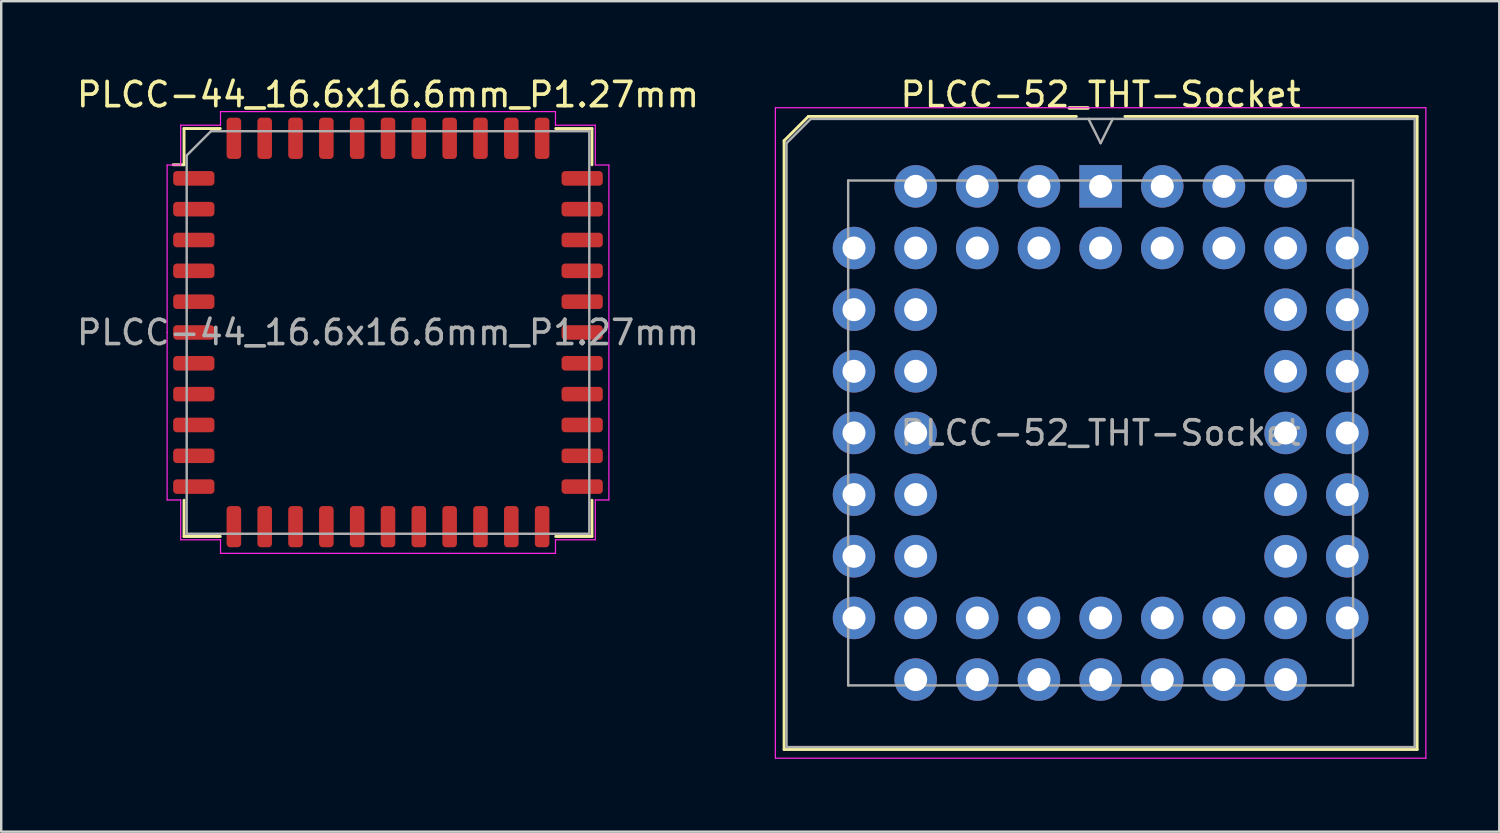
<source format=kicad_pcb>
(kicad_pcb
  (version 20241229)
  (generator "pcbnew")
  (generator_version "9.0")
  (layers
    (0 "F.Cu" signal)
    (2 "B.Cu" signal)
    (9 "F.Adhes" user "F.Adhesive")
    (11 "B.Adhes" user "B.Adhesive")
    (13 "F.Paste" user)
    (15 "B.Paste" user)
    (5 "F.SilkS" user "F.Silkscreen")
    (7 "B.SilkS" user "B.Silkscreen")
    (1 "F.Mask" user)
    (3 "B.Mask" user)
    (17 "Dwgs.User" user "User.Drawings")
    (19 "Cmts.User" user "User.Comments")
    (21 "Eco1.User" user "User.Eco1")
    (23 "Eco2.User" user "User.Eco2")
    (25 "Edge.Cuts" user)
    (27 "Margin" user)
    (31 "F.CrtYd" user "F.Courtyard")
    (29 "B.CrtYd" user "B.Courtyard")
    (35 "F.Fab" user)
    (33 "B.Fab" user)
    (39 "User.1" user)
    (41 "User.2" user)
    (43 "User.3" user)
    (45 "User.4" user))
  (footprint "PLCC-44_16.6x16.6mm_P1.27mm"
    (layer "F.Cu")
    (at 12.935 10.648)
    (property "Reference" "PLCC-44_16.6x16.6mm_P1.27mm" (at 0 -9.8 0) (layer "F.SilkS") (effects (font (size 1 1) (thickness 0.15))))
    (attr smd)
    (fp_line (start -8.403 -8.403) (end -8.403 -6.91) (stroke (width 0.12) (type solid)) (layer "F.SilkS"))
    (fp_line (start -8.403 -6.91) (end -8.85 -6.91) (stroke (width 0.12) (type solid)) (layer "F.SilkS"))
    (fp_line (start -8.403 8.403) (end -8.403 6.91) (stroke (width 0.12) (type solid)) (layer "F.SilkS"))
    (fp_line (start -6.91 -8.403) (end -8.403 -8.403) (stroke (width 0.12) (type solid)) (layer "F.SilkS"))
    (fp_line (start -6.91 8.403) (end -8.403 8.403) (stroke (width 0.12) (type solid)) (layer "F.SilkS"))
    (fp_line (start 6.91 -8.403) (end 8.403 -8.403) (stroke (width 0.12) (type solid)) (layer "F.SilkS"))
    (fp_line (start 6.91 8.403) (end 8.403 8.403) (stroke (width 0.12) (type solid)) (layer "F.SilkS"))
    (fp_line (start 8.403 -8.403) (end 8.403 -6.91) (stroke (width 0.12) (type solid)) (layer "F.SilkS"))
    (fp_line (start 8.403 8.403) (end 8.403 6.91) (stroke (width 0.12) (type solid)) (layer "F.SilkS"))
    (fp_line (start -9.1 -6.9) (end -9.1 0) (stroke (width 0.05) (type solid)) (layer "F.CrtYd"))
    (fp_line (start -9.1 6.9) (end -9.1 0) (stroke (width 0.05) (type solid)) (layer "F.CrtYd"))
    (fp_line (start -8.54 -8.54) (end -8.54 -6.9) (stroke (width 0.05) (type solid)) (layer "F.CrtYd"))
    (fp_line (start -8.54 -6.9) (end -9.1 -6.9) (stroke (width 0.05) (type solid)) (layer "F.CrtYd"))
    (fp_line (start -8.54 6.9) (end -9.1 6.9) (stroke (width 0.05) (type solid)) (layer "F.CrtYd"))
    (fp_line (start -8.54 8.54) (end -8.54 6.9) (stroke (width 0.05) (type solid)) (layer "F.CrtYd"))
    (fp_line (start -6.9 -9.1) (end -6.9 -8.54) (stroke (width 0.05) (type solid)) (layer "F.CrtYd"))
    (fp_line (start -6.9 -8.54) (end -8.54 -8.54) (stroke (width 0.05) (type solid)) (layer "F.CrtYd"))
    (fp_line (start -6.9 8.54) (end -8.54 8.54) (stroke (width 0.05) (type solid)) (layer "F.CrtYd"))
    (fp_line (start -6.9 9.1) (end -6.9 8.54) (stroke (width 0.05) (type solid)) (layer "F.CrtYd"))
    (fp_line (start 0 -9.1) (end -6.9 -9.1) (stroke (width 0.05) (type solid)) (layer "F.CrtYd"))
    (fp_line (start 0 -9.1) (end 6.9 -9.1) (stroke (width 0.05) (type solid)) (layer "F.CrtYd"))
    (fp_line (start 0 9.1) (end -6.9 9.1) (stroke (width 0.05) (type solid)) (layer "F.CrtYd"))
    (fp_line (start 0 9.1) (end 6.9 9.1) (stroke (width 0.05) (type solid)) (layer "F.CrtYd"))
    (fp_line (start 6.9 -9.1) (end 6.9 -8.54) (stroke (width 0.05) (type solid)) (layer "F.CrtYd"))
    (fp_line (start 6.9 -8.54) (end 8.54 -8.54) (stroke (width 0.05) (type solid)) (layer "F.CrtYd"))
    (fp_line (start 6.9 8.54) (end 8.54 8.54) (stroke (width 0.05) (type solid)) (layer "F.CrtYd"))
    (fp_line (start 6.9 9.1) (end 6.9 8.54) (stroke (width 0.05) (type solid)) (layer "F.CrtYd"))
    (fp_line (start 8.54 -8.54) (end 8.54 -6.9) (stroke (width 0.05) (type solid)) (layer "F.CrtYd"))
    (fp_line (start 8.54 -6.9) (end 9.1 -6.9) (stroke (width 0.05) (type solid)) (layer "F.CrtYd"))
    (fp_line (start 8.54 6.9) (end 9.1 6.9) (stroke (width 0.05) (type solid)) (layer "F.CrtYd"))
    (fp_line (start 8.54 8.54) (end 8.54 6.9) (stroke (width 0.05) (type solid)) (layer "F.CrtYd"))
    (fp_line (start 9.1 -6.9) (end 9.1 0) (stroke (width 0.05) (type solid)) (layer "F.CrtYd"))
    (fp_line (start 9.1 6.9) (end 9.1 0) (stroke (width 0.05) (type solid)) (layer "F.CrtYd"))
    (fp_line (start -8.293 -7.293) (end -7.293 -8.293) (stroke (width 0.1) (type solid)) (layer "F.Fab"))
    (fp_line (start -8.293 8.293) (end -8.293 -7.293) (stroke (width 0.1) (type solid)) (layer "F.Fab"))
    (fp_line (start -7.293 -8.293) (end 8.293 -8.293) (stroke (width 0.1) (type solid)) (layer "F.Fab"))
    (fp_line (start 8.293 -8.293) (end 8.293 8.293) (stroke (width 0.1) (type solid)) (layer "F.Fab"))
    (fp_line (start 8.293 8.293) (end -8.293 8.293) (stroke (width 0.1) (type solid)) (layer "F.Fab"))
    (fp_text user "${REFERENCE}" (at 0 0 0) (layer "F.Fab") (effects (font (size 1 1) (thickness 0.15))))
    (pad "1" smd roundrect (at -8 -6.35) (size 1.7 0.6) (layers "F.Cu" "F.Mask" "F.Paste") (roundrect_rratio 0.25))
    (pad "2" smd roundrect (at -8 -5.08) (size 1.7 0.6) (layers "F.Cu" "F.Mask" "F.Paste") (roundrect_rratio 0.25))
    (pad "3" smd roundrect (at -8 -3.81) (size 1.7 0.6) (layers "F.Cu" "F.Mask" "F.Paste") (roundrect_rratio 0.25))
    (pad "4" smd roundrect (at -8 -2.54) (size 1.7 0.6) (layers "F.Cu" "F.Mask" "F.Paste") (roundrect_rratio 0.25))
    (pad "5" smd roundrect (at -8 -1.27) (size 1.7 0.6) (layers "F.Cu" "F.Mask" "F.Paste") (roundrect_rratio 0.25))
    (pad "6" smd roundrect (at -8 0) (size 1.7 0.6) (layers "F.Cu" "F.Mask" "F.Paste") (roundrect_rratio 0.25))
    (pad "7" smd roundrect (at -8 1.27) (size 1.7 0.6) (layers "F.Cu" "F.Mask" "F.Paste") (roundrect_rratio 0.25))
    (pad "8" smd roundrect (at -8 2.54) (size 1.7 0.6) (layers "F.Cu" "F.Mask" "F.Paste") (roundrect_rratio 0.25))
    (pad "9" smd roundrect (at -8 3.81) (size 1.7 0.6) (layers "F.Cu" "F.Mask" "F.Paste") (roundrect_rratio 0.25))
    (pad "10" smd roundrect (at -8 5.08) (size 1.7 0.6) (layers "F.Cu" "F.Mask" "F.Paste") (roundrect_rratio 0.25))
    (pad "11" smd roundrect (at -8 6.35) (size 1.7 0.6) (layers "F.Cu" "F.Mask" "F.Paste") (roundrect_rratio 0.25))
    (pad "12" smd roundrect (at -6.35 8) (size 0.6 1.7) (layers "F.Cu" "F.Mask" "F.Paste") (roundrect_rratio 0.25))
    (pad "13" smd roundrect (at -5.08 8) (size 0.6 1.7) (layers "F.Cu" "F.Mask" "F.Paste") (roundrect_rratio 0.25))
    (pad "14" smd roundrect (at -3.81 8) (size 0.6 1.7) (layers "F.Cu" "F.Mask" "F.Paste") (roundrect_rratio 0.25))
    (pad "15" smd roundrect (at -2.54 8) (size 0.6 1.7) (layers "F.Cu" "F.Mask" "F.Paste") (roundrect_rratio 0.25))
    (pad "16" smd roundrect (at -1.27 8) (size 0.6 1.7) (layers "F.Cu" "F.Mask" "F.Paste") (roundrect_rratio 0.25))
    (pad "17" smd roundrect (at 0 8) (size 0.6 1.7) (layers "F.Cu" "F.Mask" "F.Paste") (roundrect_rratio 0.25))
    (pad "18" smd roundrect (at 1.27 8) (size 0.6 1.7) (layers "F.Cu" "F.Mask" "F.Paste") (roundrect_rratio 0.25))
    (pad "19" smd roundrect (at 2.54 8) (size 0.6 1.7) (layers "F.Cu" "F.Mask" "F.Paste") (roundrect_rratio 0.25))
    (pad "20" smd roundrect (at 3.81 8) (size 0.6 1.7) (layers "F.Cu" "F.Mask" "F.Paste") (roundrect_rratio 0.25))
    (pad "21" smd roundrect (at 5.08 8) (size 0.6 1.7) (layers "F.Cu" "F.Mask" "F.Paste") (roundrect_rratio 0.25))
    (pad "22" smd roundrect (at 6.35 8) (size 0.6 1.7) (layers "F.Cu" "F.Mask" "F.Paste") (roundrect_rratio 0.25))
    (pad "23" smd roundrect (at 8 6.35) (size 1.7 0.6) (layers "F.Cu" "F.Mask" "F.Paste") (roundrect_rratio 0.25))
    (pad "24" smd roundrect (at 8 5.08) (size 1.7 0.6) (layers "F.Cu" "F.Mask" "F.Paste") (roundrect_rratio 0.25))
    (pad "25" smd roundrect (at 8 3.81) (size 1.7 0.6) (layers "F.Cu" "F.Mask" "F.Paste") (roundrect_rratio 0.25))
    (pad "26" smd roundrect (at 8 2.54) (size 1.7 0.6) (layers "F.Cu" "F.Mask" "F.Paste") (roundrect_rratio 0.25))
    (pad "27" smd roundrect (at 8 1.27) (size 1.7 0.6) (layers "F.Cu" "F.Mask" "F.Paste") (roundrect_rratio 0.25))
    (pad "28" smd roundrect (at 8 0) (size 1.7 0.6) (layers "F.Cu" "F.Mask" "F.Paste") (roundrect_rratio 0.25))
    (pad "29" smd roundrect (at 8 -1.27) (size 1.7 0.6) (layers "F.Cu" "F.Mask" "F.Paste") (roundrect_rratio 0.25))
    (pad "30" smd roundrect (at 8 -2.54) (size 1.7 0.6) (layers "F.Cu" "F.Mask" "F.Paste") (roundrect_rratio 0.25))
    (pad "31" smd roundrect (at 8 -3.81) (size 1.7 0.6) (layers "F.Cu" "F.Mask" "F.Paste") (roundrect_rratio 0.25))
    (pad "32" smd roundrect (at 8 -5.08) (size 1.7 0.6) (layers "F.Cu" "F.Mask" "F.Paste") (roundrect_rratio 0.25))
    (pad "33" smd roundrect (at 8 -6.35) (size 1.7 0.6) (layers "F.Cu" "F.Mask" "F.Paste") (roundrect_rratio 0.25))
    (pad "34" smd roundrect (at 6.35 -8) (size 0.6 1.7) (layers "F.Cu" "F.Mask" "F.Paste") (roundrect_rratio 0.25))
    (pad "35" smd roundrect (at 5.08 -8) (size 0.6 1.7) (layers "F.Cu" "F.Mask" "F.Paste") (roundrect_rratio 0.25))
    (pad "36" smd roundrect (at 3.81 -8) (size 0.6 1.7) (layers "F.Cu" "F.Mask" "F.Paste") (roundrect_rratio 0.25))
    (pad "37" smd roundrect (at 2.54 -8) (size 0.6 1.7) (layers "F.Cu" "F.Mask" "F.Paste") (roundrect_rratio 0.25))
    (pad "38" smd roundrect (at 1.27 -8) (size 0.6 1.7) (layers "F.Cu" "F.Mask" "F.Paste") (roundrect_rratio 0.25))
    (pad "39" smd roundrect (at 0 -8) (size 0.6 1.7) (layers "F.Cu" "F.Mask" "F.Paste") (roundrect_rratio 0.25))
    (pad "40" smd roundrect (at -1.27 -8) (size 0.6 1.7) (layers "F.Cu" "F.Mask" "F.Paste") (roundrect_rratio 0.25))
    (pad "41" smd roundrect (at -2.54 -8) (size 0.6 1.7) (layers "F.Cu" "F.Mask" "F.Paste") (roundrect_rratio 0.25))
    (pad "42" smd roundrect (at -3.81 -8) (size 0.6 1.7) (layers "F.Cu" "F.Mask" "F.Paste") (roundrect_rratio 0.25))
    (pad "43" smd roundrect (at -5.08 -8) (size 0.6 1.7) (layers "F.Cu" "F.Mask" "F.Paste") (roundrect_rratio 0.25))
    (pad "44" smd roundrect (at -6.35 -8) (size 0.6 1.7) (layers "F.Cu" "F.Mask" "F.Paste") (roundrect_rratio 0.25)))
  (footprint "PLCC-52_THT-Socket"
    (layer "F.Cu")
    (at 42.294 4.628)
    (property "Reference" "PLCC-52_THT-Socket" (at 0 -3.78 0) (layer "F.SilkS") (effects (font (size 1 1) (thickness 0.15))))
    (attr through_hole)
    (fp_line (start -13.04 -1.88) (end -13.04 23.2) (stroke (width 0.12) (type solid)) (layer "F.SilkS"))
    (fp_line (start -13.04 23.2) (end 13.04 23.2) (stroke (width 0.12) (type solid)) (layer "F.SilkS"))
    (fp_line (start -12.04 -2.88) (end -13.04 -1.88) (stroke (width 0.12) (type solid)) (layer "F.SilkS"))
    (fp_line (start -1 -2.88) (end -12.04 -2.88) (stroke (width 0.12) (type solid)) (layer "F.SilkS"))
    (fp_line (start 13.04 -2.88) (end 1 -2.88) (stroke (width 0.12) (type solid)) (layer "F.SilkS"))
    (fp_line (start 13.04 23.2) (end 13.04 -2.88) (stroke (width 0.12) (type solid)) (layer "F.SilkS"))
    (fp_line (start -13.4 -3.24) (end -13.4 23.56) (stroke (width 0.05) (type solid)) (layer "F.CrtYd"))
    (fp_line (start -13.4 23.56) (end 13.4 23.56) (stroke (width 0.05) (type solid)) (layer "F.CrtYd"))
    (fp_line (start 13.4 -3.24) (end -13.4 -3.24) (stroke (width 0.05) (type solid)) (layer "F.CrtYd"))
    (fp_line (start 13.4 23.56) (end 13.4 -3.24) (stroke (width 0.05) (type solid)) (layer "F.CrtYd"))
    (fp_line (start -12.94 -1.78) (end -12.94 23.1) (stroke (width 0.1) (type solid)) (layer "F.Fab"))
    (fp_line (start -12.94 23.1) (end 12.94 23.1) (stroke (width 0.1) (type solid)) (layer "F.Fab"))
    (fp_line (start -11.94 -2.78) (end -12.94 -1.78) (stroke (width 0.1) (type solid)) (layer "F.Fab"))
    (fp_line (start -10.4 -0.24) (end -10.4 20.56) (stroke (width 0.1) (type solid)) (layer "F.Fab"))
    (fp_line (start -10.4 20.56) (end 10.4 20.56) (stroke (width 0.1) (type solid)) (layer "F.Fab"))
    (fp_line (start -0.5 -2.78) (end 0 -1.78) (stroke (width 0.1) (type solid)) (layer "F.Fab"))
    (fp_line (start 0 -1.78) (end 0.5 -2.78) (stroke (width 0.1) (type solid)) (layer "F.Fab"))
    (fp_line (start 10.4 -0.24) (end -10.4 -0.24) (stroke (width 0.1) (type solid)) (layer "F.Fab"))
    (fp_line (start 10.4 20.56) (end 10.4 -0.24) (stroke (width 0.1) (type solid)) (layer "F.Fab"))
    (fp_line (start 12.94 -2.78) (end -11.94 -2.78) (stroke (width 0.1) (type solid)) (layer "F.Fab"))
    (fp_line (start 12.94 23.1) (end 12.94 -2.78) (stroke (width 0.1) (type solid)) (layer "F.Fab"))
    (fp_text user "${REFERENCE}" (at 0 10.16 0) (layer "F.Fab") (effects (font (size 1 1) (thickness 0.15))))
    (pad "1" thru_hole rect (at 0 0) (size 1.75 1.75) (drill 0.95) (layers "*.Cu" "*.Mask"))
    (pad "2" thru_hole circle (at 0 2.54) (size 1.75 1.75) (drill 0.95) (layers "*.Cu" "*.Mask"))
    (pad "3" thru_hole circle (at -2.54 0) (size 1.75 1.75) (drill 0.95) (layers "*.Cu" "*.Mask"))
    (pad "4" thru_hole circle (at -2.54 2.54) (size 1.75 1.75) (drill 0.95) (layers "*.Cu" "*.Mask"))
    (pad "5" thru_hole circle (at -5.08 0) (size 1.75 1.75) (drill 0.95) (layers "*.Cu" "*.Mask"))
    (pad "6" thru_hole circle (at -5.08 2.54) (size 1.75 1.75) (drill 0.95) (layers "*.Cu" "*.Mask"))
    (pad "7" thru_hole circle (at -7.62 0) (size 1.75 1.75) (drill 0.95) (layers "*.Cu" "*.Mask"))
    (pad "8" thru_hole circle (at -10.16 2.54) (size 1.75 1.75) (drill 0.95) (layers "*.Cu" "*.Mask"))
    (pad "9" thru_hole circle (at -7.62 2.54) (size 1.75 1.75) (drill 0.95) (layers "*.Cu" "*.Mask"))
    (pad "10" thru_hole circle (at -10.16 5.08) (size 1.75 1.75) (drill 0.95) (layers "*.Cu" "*.Mask"))
    (pad "11" thru_hole circle (at -7.62 5.08) (size 1.75 1.75) (drill 0.95) (layers "*.Cu" "*.Mask"))
    (pad "12" thru_hole circle (at -10.16 7.62) (size 1.75 1.75) (drill 0.95) (layers "*.Cu" "*.Mask"))
    (pad "13" thru_hole circle (at -7.62 7.62) (size 1.75 1.75) (drill 0.95) (layers "*.Cu" "*.Mask"))
    (pad "14" thru_hole circle (at -10.16 10.16) (size 1.75 1.75) (drill 0.95) (layers "*.Cu" "*.Mask"))
    (pad "15" thru_hole circle (at -7.62 10.16) (size 1.75 1.75) (drill 0.95) (layers "*.Cu" "*.Mask"))
    (pad "16" thru_hole circle (at -10.16 12.7) (size 1.75 1.75) (drill 0.95) (layers "*.Cu" "*.Mask"))
    (pad "17" thru_hole circle (at -7.62 12.7) (size 1.75 1.75) (drill 0.95) (layers "*.Cu" "*.Mask"))
    (pad "18" thru_hole circle (at -10.16 15.24) (size 1.75 1.75) (drill 0.95) (layers "*.Cu" "*.Mask"))
    (pad "19" thru_hole circle (at -7.62 15.24) (size 1.75 1.75) (drill 0.95) (layers "*.Cu" "*.Mask"))
    (pad "20" thru_hole circle (at -10.16 17.78) (size 1.75 1.75) (drill 0.95) (layers "*.Cu" "*.Mask"))
    (pad "21" thru_hole circle (at -7.62 20.32) (size 1.75 1.75) (drill 0.95) (layers "*.Cu" "*.Mask"))
    (pad "22" thru_hole circle (at -7.62 17.78) (size 1.75 1.75) (drill 0.95) (layers "*.Cu" "*.Mask"))
    (pad "23" thru_hole circle (at -5.08 20.32) (size 1.75 1.75) (drill 0.95) (layers "*.Cu" "*.Mask"))
    (pad "24" thru_hole circle (at -5.08 17.78) (size 1.75 1.75) (drill 0.95) (layers "*.Cu" "*.Mask"))
    (pad "25" thru_hole circle (at -2.54 20.32) (size 1.75 1.75) (drill 0.95) (layers "*.Cu" "*.Mask"))
    (pad "26" thru_hole circle (at -2.54 17.78) (size 1.75 1.75) (drill 0.95) (layers "*.Cu" "*.Mask"))
    (pad "27" thru_hole circle (at 0 20.32) (size 1.75 1.75) (drill 0.95) (layers "*.Cu" "*.Mask"))
    (pad "28" thru_hole circle (at 0 17.78) (size 1.75 1.75) (drill 0.95) (layers "*.Cu" "*.Mask"))
    (pad "29" thru_hole circle (at 2.54 20.32) (size 1.75 1.75) (drill 0.95) (layers "*.Cu" "*.Mask"))
    (pad "30" thru_hole circle (at 2.54 17.78) (size 1.75 1.75) (drill 0.95) (layers "*.Cu" "*.Mask"))
    (pad "31" thru_hole circle (at 5.08 20.32) (size 1.75 1.75) (drill 0.95) (layers "*.Cu" "*.Mask"))
    (pad "32" thru_hole circle (at 5.08 17.78) (size 1.75 1.75) (drill 0.95) (layers "*.Cu" "*.Mask"))
    (pad "33" thru_hole circle (at 7.62 20.32) (size 1.75 1.75) (drill 0.95) (layers "*.Cu" "*.Mask"))
    (pad "34" thru_hole circle (at 10.16 17.78) (size 1.75 1.75) (drill 0.95) (layers "*.Cu" "*.Mask"))
    (pad "35" thru_hole circle (at 7.62 17.78) (size 1.75 1.75) (drill 0.95) (layers "*.Cu" "*.Mask"))
    (pad "36" thru_hole circle (at 10.16 15.24) (size 1.75 1.75) (drill 0.95) (layers "*.Cu" "*.Mask"))
    (pad "37" thru_hole circle (at 7.62 15.24) (size 1.75 1.75) (drill 0.95) (layers "*.Cu" "*.Mask"))
    (pad "38" thru_hole circle (at 10.16 12.7) (size 1.75 1.75) (drill 0.95) (layers "*.Cu" "*.Mask"))
    (pad "39" thru_hole circle (at 7.62 12.7) (size 1.75 1.75) (drill 0.95) (layers "*.Cu" "*.Mask"))
    (pad "40" thru_hole circle (at 10.16 10.16) (size 1.75 1.75) (drill 0.95) (layers "*.Cu" "*.Mask"))
    (pad "41" thru_hole circle (at 7.62 10.16) (size 1.75 1.75) (drill 0.95) (layers "*.Cu" "*.Mask"))
    (pad "42" thru_hole circle (at 10.16 7.62) (size 1.75 1.75) (drill 0.95) (layers "*.Cu" "*.Mask"))
    (pad "43" thru_hole circle (at 7.62 7.62) (size 1.75 1.75) (drill 0.95) (layers "*.Cu" "*.Mask"))
    (pad "44" thru_hole circle (at 10.16 5.08) (size 1.75 1.75) (drill 0.95) (layers "*.Cu" "*.Mask"))
    (pad "45" thru_hole circle (at 7.62 5.08) (size 1.75 1.75) (drill 0.95) (layers "*.Cu" "*.Mask"))
    (pad "46" thru_hole circle (at 10.16 2.54) (size 1.75 1.75) (drill 0.95) (layers "*.Cu" "*.Mask"))
    (pad "47" thru_hole circle (at 7.62 0) (size 1.75 1.75) (drill 0.95) (layers "*.Cu" "*.Mask"))
    (pad "48" thru_hole circle (at 7.62 2.54) (size 1.75 1.75) (drill 0.95) (layers "*.Cu" "*.Mask"))
    (pad "49" thru_hole circle (at 5.08 0) (size 1.75 1.75) (drill 0.95) (layers "*.Cu" "*.Mask"))
    (pad "50" thru_hole circle (at 5.08 2.54) (size 1.75 1.75) (drill 0.95) (layers "*.Cu" "*.Mask"))
    (pad "51" thru_hole circle (at 2.54 0) (size 1.75 1.75) (drill 0.95) (layers "*.Cu" "*.Mask"))
    (pad "52" thru_hole circle (at 2.54 2.54) (size 1.75 1.75) (drill 0.95) (layers "*.Cu" "*.Mask")))
  (gr_rect
    (start -3 -3)
    (end 58.719 31.213)
    (stroke (width 0.1) (type default))
    (fill no)
    (layer "Edge.Cuts")))
</source>
